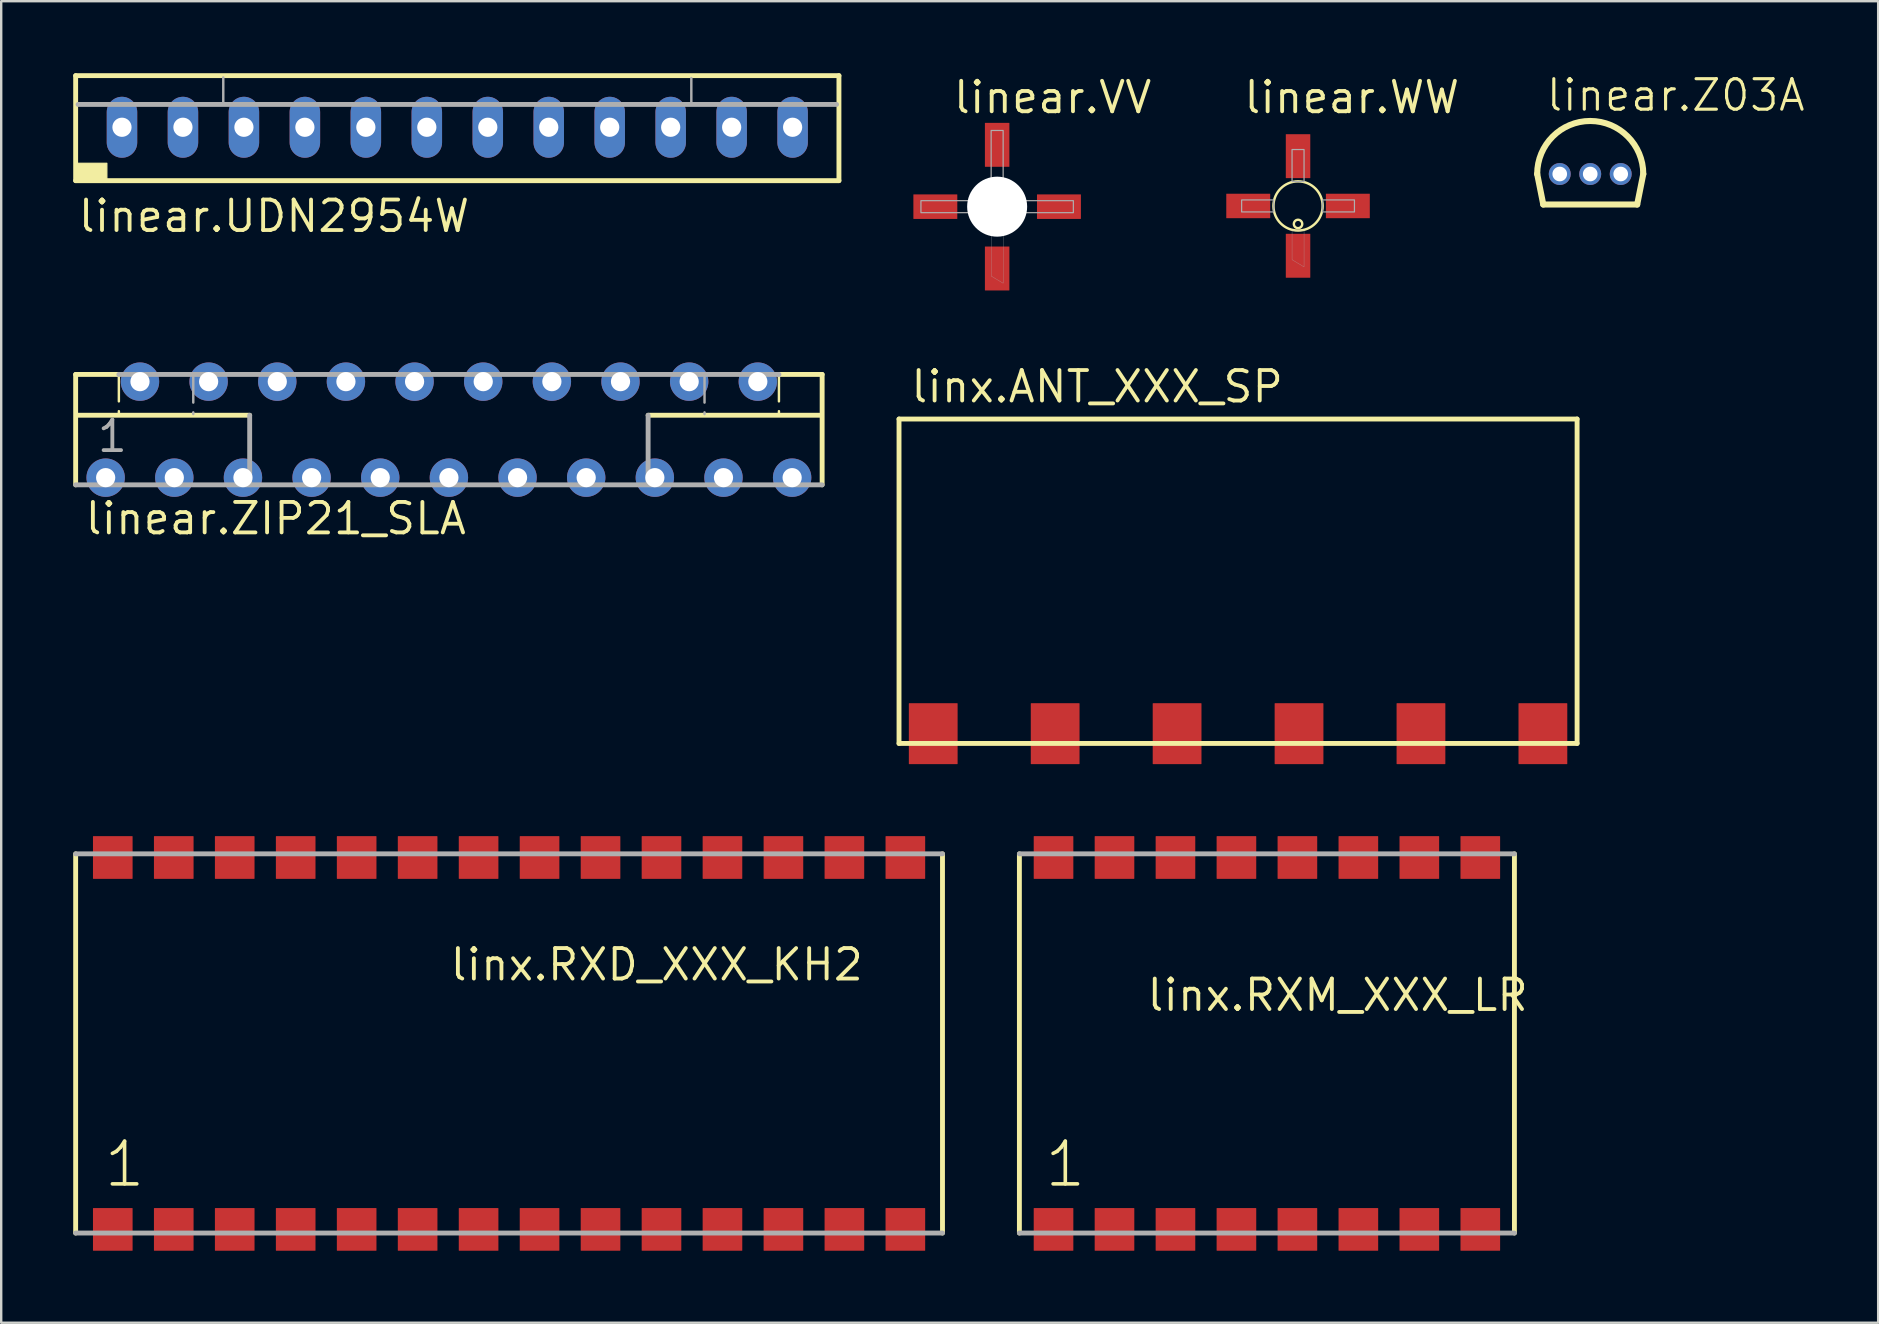
<source format=kicad_pcb>
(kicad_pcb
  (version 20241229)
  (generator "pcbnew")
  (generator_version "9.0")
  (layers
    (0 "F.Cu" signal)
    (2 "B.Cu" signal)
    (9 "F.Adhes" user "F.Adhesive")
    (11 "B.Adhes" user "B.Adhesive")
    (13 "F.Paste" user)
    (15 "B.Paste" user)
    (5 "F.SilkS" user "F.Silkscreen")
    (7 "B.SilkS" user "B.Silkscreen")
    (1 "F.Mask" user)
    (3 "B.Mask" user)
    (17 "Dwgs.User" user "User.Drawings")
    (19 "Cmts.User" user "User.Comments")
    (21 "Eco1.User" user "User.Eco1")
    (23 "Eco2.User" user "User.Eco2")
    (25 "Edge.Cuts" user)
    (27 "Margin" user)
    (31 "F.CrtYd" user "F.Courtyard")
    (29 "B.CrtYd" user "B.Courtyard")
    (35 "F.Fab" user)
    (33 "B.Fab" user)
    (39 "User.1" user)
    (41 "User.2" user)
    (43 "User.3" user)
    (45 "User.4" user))
  (footprint "linear.UDN2954W"
    (layer "F.Cu")
    (at 16.002 2.252)
    (property "Reference" "linear.UDN2954W" (at -15.875 4.445 0) (layer "F.SilkS") (effects (font (size 1.27 1.27) (thickness 0.16)) (justify left bottom)))
    (attr through_hole)
    (fp_line (start -15.9 -2.15) (end 15.9 -2.15) (stroke (width 0.203) (type default)) (layer "F.SilkS"))
    (fp_line (start -15.9 2.225) (end -15.9 -2.15) (stroke (width 0.203) (type default)) (layer "F.SilkS"))
    (fp_line (start 15.9 -2.15) (end 15.9 2.225) (stroke (width 0.203) (type default)) (layer "F.SilkS"))
    (fp_line (start 15.9 2.225) (end -15.9 2.225) (stroke (width 0.203) (type default)) (layer "F.SilkS"))
    (fp_rect (start -15.875 2.2) (end -14.6 1.5) (stroke (width 0.05) (type default)) (fill yes) (layer "F.SilkS"))
    (fp_line (start -15.8 -0.95) (end 15.8 -0.95) (stroke (width 0.203) (type default)) (layer "F.Fab"))
    (fp_line (start -9.75 -1.025) (end -9.75 -2.075) (stroke (width 0.102) (type default)) (layer "F.Fab"))
    (fp_line (start 9.75 -1.025) (end 9.75 -2.05) (stroke (width 0.102) (type default)) (layer "F.Fab"))
    (pad "1" thru_hole oval (at -13.97 0 90) (size 2.54 1.27) (drill 0.8) (layers "*.Cu" "*.Mask"))
    (pad "2" thru_hole oval (at -11.43 0 90) (size 2.54 1.27) (drill 0.8) (layers "*.Cu" "*.Mask"))
    (pad "3" thru_hole oval (at -8.89 0 90) (size 2.54 1.27) (drill 0.8) (layers "*.Cu" "*.Mask"))
    (pad "4" thru_hole oval (at -6.35 0 90) (size 2.54 1.27) (drill 0.8) (layers "*.Cu" "*.Mask"))
    (pad "5" thru_hole oval (at -3.81 0 90) (size 2.54 1.27) (drill 0.8) (layers "*.Cu" "*.Mask"))
    (pad "6" thru_hole oval (at -1.27 0 90) (size 2.54 1.27) (drill 0.8) (layers "*.Cu" "*.Mask"))
    (pad "7" thru_hole oval (at 1.27 0 90) (size 2.54 1.27) (drill 0.8) (layers "*.Cu" "*.Mask"))
    (pad "8" thru_hole oval (at 3.81 0 90) (size 2.54 1.27) (drill 0.8) (layers "*.Cu" "*.Mask"))
    (pad "9" thru_hole oval (at 6.35 0 90) (size 2.54 1.27) (drill 0.8) (layers "*.Cu" "*.Mask"))
    (pad "10" thru_hole oval (at 8.89 0 90) (size 2.54 1.27) (drill 0.8) (layers "*.Cu" "*.Mask"))
    (pad "11" thru_hole oval (at 11.43 0 90) (size 2.54 1.27) (drill 0.8) (layers "*.Cu" "*.Mask"))
    (pad "12" thru_hole oval (at 13.97 0 90) (size 2.54 1.27) (drill 0.8) (layers "*.Cu" "*.Mask")))
  (footprint "linear.ZIP21_SLA"
    (layer "F.Cu")
    (at 15.652 14.85)
    (property "Reference" "linear.ZIP21_SLA" (at -15.24 4.445 0) (layer "F.SilkS") (effects (font (size 1.27 1.27) (thickness 0.16)) (justify left bottom)))
    (attr through_hole)
    (fp_line (start -15.55 -2.3) (end -13.75 -2.3) (stroke (width 0.203) (type default)) (layer "F.SilkS"))
    (fp_line (start -15.55 2.3) (end -15.55 -2.3) (stroke (width 0.203) (type default)) (layer "F.SilkS"))
    (fp_line (start -15.5 -0.6) (end -8.3 -0.6) (stroke (width 0.203) (type default)) (layer "F.SilkS"))
    (fp_line (start -13.75 -2.3) (end -13.75 -0.65) (stroke (width 0.102) (type dash)) (layer "F.SilkS"))
    (fp_line (start 13.75 -2.3) (end 13.75 -0.65) (stroke (width 0.102) (type dash)) (layer "F.SilkS"))
    (fp_line (start 13.75 -2.3) (end 15.55 -2.3) (stroke (width 0.203) (type default)) (layer "F.SilkS"))
    (fp_line (start 15.45 -0.6) (end 8.3 -0.6) (stroke (width 0.203) (type default)) (layer "F.SilkS"))
    (fp_line (start 15.55 -2.3) (end 15.55 2.3) (stroke (width 0.203) (type default)) (layer "F.SilkS"))
    (fp_line (start -13.75 -2.3) (end 13.75 -2.3) (stroke (width 0.203) (type default)) (layer "F.Fab"))
    (fp_line (start -10.65 -2.25) (end -10.65 -0.65) (stroke (width 0.102) (type dash)) (layer "F.Fab"))
    (fp_line (start -8.3 -0.6) (end -8.3 2.2) (stroke (width 0.203) (type default)) (layer "F.Fab"))
    (fp_line (start 8.3 -0.6) (end 8.3 2.2) (stroke (width 0.203) (type default)) (layer "F.Fab"))
    (fp_line (start 10.65 -2.25) (end 10.65 -0.65) (stroke (width 0.102) (type dash)) (layer "F.Fab"))
    (fp_line (start 15.55 2.3) (end -15.55 2.3) (stroke (width 0.203) (type default)) (layer "F.Fab"))
    (fp_text user "1" (at -14.732 1.016 0) (layer "F.Fab") (effects (font (size 1.27 1.27) (thickness 0.16)) (justify left bottom)))
    (pad "1" thru_hole circle (at -14.3 2) (size 1.6 1.6) (drill 0.8) (layers "*.Cu" "*.Mask"))
    (pad "2" thru_hole circle (at -12.87 -2) (size 1.6 1.6) (drill 0.8) (layers "*.Cu" "*.Mask"))
    (pad "3" thru_hole circle (at -11.44 2) (size 1.6 1.6) (drill 0.8) (layers "*.Cu" "*.Mask"))
    (pad "4" thru_hole circle (at -10.01 -2) (size 1.6 1.6) (drill 0.8) (layers "*.Cu" "*.Mask"))
    (pad "5" thru_hole circle (at -8.58 2) (size 1.6 1.6) (drill 0.8) (layers "*.Cu" "*.Mask"))
    (pad "6" thru_hole circle (at -7.15 -2) (size 1.6 1.6) (drill 0.8) (layers "*.Cu" "*.Mask"))
    (pad "7" thru_hole circle (at -5.72 2) (size 1.6 1.6) (drill 0.8) (layers "*.Cu" "*.Mask"))
    (pad "8" thru_hole circle (at -4.29 -2) (size 1.6 1.6) (drill 0.8) (layers "*.Cu" "*.Mask"))
    (pad "9" thru_hole circle (at -2.86 2) (size 1.6 1.6) (drill 0.8) (layers "*.Cu" "*.Mask"))
    (pad "10" thru_hole circle (at -1.43 -2) (size 1.6 1.6) (drill 0.8) (layers "*.Cu" "*.Mask"))
    (pad "11" thru_hole circle (at 0 2) (size 1.6 1.6) (drill 0.8) (layers "*.Cu" "*.Mask"))
    (pad "12" thru_hole circle (at 1.43 -2) (size 1.6 1.6) (drill 0.8) (layers "*.Cu" "*.Mask"))
    (pad "13" thru_hole circle (at 2.86 2) (size 1.6 1.6) (drill 0.8) (layers "*.Cu" "*.Mask"))
    (pad "14" thru_hole circle (at 4.29 -2) (size 1.6 1.6) (drill 0.8) (layers "*.Cu" "*.Mask"))
    (pad "15" thru_hole circle (at 5.72 2) (size 1.6 1.6) (drill 0.8) (layers "*.Cu" "*.Mask"))
    (pad "16" thru_hole circle (at 7.15 -2) (size 1.6 1.6) (drill 0.8) (layers "*.Cu" "*.Mask"))
    (pad "17" thru_hole circle (at 8.58 2) (size 1.6 1.6) (drill 0.8) (layers "*.Cu" "*.Mask"))
    (pad "18" thru_hole circle (at 10.01 -2) (size 1.6 1.6) (drill 0.8) (layers "*.Cu" "*.Mask"))
    (pad "19" thru_hole circle (at 11.44 2) (size 1.6 1.6) (drill 0.8) (layers "*.Cu" "*.Mask"))
    (pad "20" thru_hole circle (at 12.87 -2) (size 1.6 1.6) (drill 0.8) (layers "*.Cu" "*.Mask"))
    (pad "21" thru_hole circle (at 14.3 2) (size 1.6 1.6) (drill 0.8) (layers "*.Cu" "*.Mask")))
  (footprint "linear.VV"
    (layer "F.Cu")
    (at 38.493 5.56)
    (property "Reference" "linear.VV" (at -1.905 -3.81 0) (layer "F.SilkS") (effects (font (size 1.27 1.27) (thickness 0.16)) (justify left bottom)))
    (attr smd)
    (fp_circle (center 0 0) (end 1.025 0) (stroke (width 0.102) (type default)) (fill no) (layer "F.SilkS"))
    (fp_circle (center 0 0.75) (end 0.175 0.75) (stroke (width 0.1) (type default)) (fill no) (layer "F.SilkS"))
    (fp_rect (start -3.175 0.25) (end -1.015 -0.25) (stroke (width 0.05) (type default)) (fill no) (layer "F.Fab"))
    (fp_rect (start -0.25 -1.015) (end 0.25 -3.175) (stroke (width 0.05) (type default)) (fill no) (layer "F.Fab"))
    (fp_rect (start 1.015 0.25) (end 3.175 -0.25) (stroke (width 0.05) (type default)) (fill no) (layer "F.Fab"))
    (fp_poly (pts (xy 0.25 1.04) (xy 0.25 3.19) (xy -0.25 2.89) (xy -0.25 1.04)) (stroke (width 0.01) (type default)) (fill no) (layer "F.Fab"))
    (pad "" np_thru_hole circle (at 0 0) (size 2.5 2.5) (drill 2.5) (layers "*.Cu" "*.Mask"))
    (pad "1" smd roundrect (at 0 2.575 90) (size 1.83 1.02) (layers "F.Cu" "F.Mask" "F.Paste") (roundrect_rratio 0.01))
    (pad "2" smd roundrect (at 2.575 0 180) (size 1.83 1.02) (layers "F.Cu" "F.Mask" "F.Paste") (roundrect_rratio 0.01))
    (pad "3" smd roundrect (at 0 -2.575 90) (size 1.83 1.02) (layers "F.Cu" "F.Mask" "F.Paste") (roundrect_rratio 0.01))
    (pad "4" smd roundrect (at -2.575 0 180) (size 1.83 1.02) (layers "F.Cu" "F.Mask" "F.Paste") (roundrect_rratio 0.01)))
  (footprint "linear.Z03A"
    (layer "F.Cu")
    (at 63.202 4.2)
    (property "Reference" "linear.Z03A" (at -1.905 -2.54 0) (layer "F.SilkS") (effects (font (size 1.27 1.27) (thickness 0.13)) (justify left bottom)))
    (attr through_hole)
    (fp_line (start -2.21 0) (end -1.956 1.27) (stroke (width 0.254) (type default)) (layer "F.SilkS"))
    (fp_line (start -1.956 1.27) (end 1.956 1.27) (stroke (width 0.254) (type default)) (layer "F.SilkS"))
    (fp_line (start 1.956 1.27) (end 2.21 0) (stroke (width 0.254) (type default)) (layer "F.SilkS"))
    (fp_arc (start -2.2098 0) (mid 0 -2.2098) (end 2.2098 0) (stroke (width 0.254) (type default)) (layer "F.SilkS"))
    (pad "1" thru_hole circle (at -1.27 0) (size 0.914 0.914) (drill 0.61) (layers "*.Cu" "*.Mask"))
    (pad "2" thru_hole circle (at 0 0) (size 0.914 0.914) (drill 0.61) (layers "*.Cu" "*.Mask"))
    (pad "3" thru_hole circle (at 1.27 0) (size 0.914 0.914) (drill 0.61) (layers "*.Cu" "*.Mask")))
  (footprint "linx.RXD_XXX_KH2"
    (layer "F.Cu")
    (at 18.159 40.422)
    (property "Reference" "linx.RXD_XXX_KH2" (at -2.54 -2.54 0) (layer "F.SilkS") (effects (font (size 1.27 1.27) (thickness 0.16)) (justify left bottom)))
    (attr smd)
    (fp_line (start -18.057 -7.899) (end -18.057 7.899) (stroke (width 0.203) (type default)) (layer "F.SilkS"))
    (fp_line (start 18.057 7.899) (end 18.057 -7.899) (stroke (width 0.203) (type default)) (layer "F.SilkS"))
    (fp_line (start -18.057 7.899) (end 18.057 7.899) (stroke (width 0.203) (type default)) (layer "F.Fab"))
    (fp_line (start 18.057 -7.899) (end -18.057 -7.899) (stroke (width 0.203) (type default)) (layer "F.Fab"))
    (fp_text user "1" (at -16.965 6.075 0) (layer "F.SilkS") (effects (font (size 1.778 1.778) (thickness 0.15)) (justify left bottom)))
    (pad "1" smd roundrect (at -16.51 7.747) (size 1.651 1.778) (layers "F.Cu" "F.Mask" "F.Paste") (roundrect_rratio 0.01))
    (pad "2" smd roundrect (at -13.97 7.747) (size 1.651 1.778) (layers "F.Cu" "F.Mask" "F.Paste") (roundrect_rratio 0.01))
    (pad "3" smd roundrect (at -11.43 7.747) (size 1.651 1.778) (layers "F.Cu" "F.Mask" "F.Paste") (roundrect_rratio 0.01))
    (pad "4" smd roundrect (at -8.89 7.747) (size 1.651 1.778) (layers "F.Cu" "F.Mask" "F.Paste") (roundrect_rratio 0.01))
    (pad "5" smd roundrect (at -6.35 7.747) (size 1.651 1.778) (layers "F.Cu" "F.Mask" "F.Paste") (roundrect_rratio 0.01))
    (pad "6" smd roundrect (at -3.81 7.747) (size 1.651 1.778) (layers "F.Cu" "F.Mask" "F.Paste") (roundrect_rratio 0.01))
    (pad "7" smd roundrect (at -1.27 7.747) (size 1.651 1.778) (layers "F.Cu" "F.Mask" "F.Paste") (roundrect_rratio 0.01))
    (pad "8" smd roundrect (at 1.27 7.747) (size 1.651 1.778) (layers "F.Cu" "F.Mask" "F.Paste") (roundrect_rratio 0.01))
    (pad "9" smd roundrect (at 3.81 7.747) (size 1.651 1.778) (layers "F.Cu" "F.Mask" "F.Paste") (roundrect_rratio 0.01))
    (pad "10" smd roundrect (at 6.35 7.747) (size 1.651 1.778) (layers "F.Cu" "F.Mask" "F.Paste") (roundrect_rratio 0.01))
    (pad "11" smd roundrect (at 8.89 7.747) (size 1.651 1.778) (layers "F.Cu" "F.Mask" "F.Paste") (roundrect_rratio 0.01))
    (pad "12" smd roundrect (at 11.43 7.747) (size 1.651 1.778) (layers "F.Cu" "F.Mask" "F.Paste") (roundrect_rratio 0.01))
    (pad "13" smd roundrect (at 13.97 7.747) (size 1.651 1.778) (layers "F.Cu" "F.Mask" "F.Paste") (roundrect_rratio 0.01))
    (pad "14" smd roundrect (at 16.51 7.747) (size 1.651 1.778) (layers "F.Cu" "F.Mask" "F.Paste") (roundrect_rratio 0.01))
    (pad "15" smd roundrect (at 16.51 -7.747 180) (size 1.651 1.778) (layers "F.Cu" "F.Mask" "F.Paste") (roundrect_rratio 0.01))
    (pad "16" smd roundrect (at 13.97 -7.747 180) (size 1.651 1.778) (layers "F.Cu" "F.Mask" "F.Paste") (roundrect_rratio 0.01))
    (pad "17" smd roundrect (at 11.43 -7.747 180) (size 1.651 1.778) (layers "F.Cu" "F.Mask" "F.Paste") (roundrect_rratio 0.01))
    (pad "18" smd roundrect (at 8.89 -7.747 180) (size 1.651 1.778) (layers "F.Cu" "F.Mask" "F.Paste") (roundrect_rratio 0.01))
    (pad "19" smd roundrect (at 6.35 -7.747 180) (size 1.651 1.778) (layers "F.Cu" "F.Mask" "F.Paste") (roundrect_rratio 0.01))
    (pad "20" smd roundrect (at 3.81 -7.747 180) (size 1.651 1.778) (layers "F.Cu" "F.Mask" "F.Paste") (roundrect_rratio 0.01))
    (pad "21" smd roundrect (at 1.27 -7.747 180) (size 1.651 1.778) (layers "F.Cu" "F.Mask" "F.Paste") (roundrect_rratio 0.01))
    (pad "22" smd roundrect (at -1.27 -7.747 180) (size 1.651 1.778) (layers "F.Cu" "F.Mask" "F.Paste") (roundrect_rratio 0.01))
    (pad "23" smd roundrect (at -3.81 -7.747 180) (size 1.651 1.778) (layers "F.Cu" "F.Mask" "F.Paste") (roundrect_rratio 0.01))
    (pad "24" smd roundrect (at -6.35 -7.747 180) (size 1.651 1.778) (layers "F.Cu" "F.Mask" "F.Paste") (roundrect_rratio 0.01))
    (pad "25" smd roundrect (at -8.89 -7.747 180) (size 1.651 1.778) (layers "F.Cu" "F.Mask" "F.Paste") (roundrect_rratio 0.01))
    (pad "26" smd roundrect (at -11.43 -7.747 180) (size 1.651 1.778) (layers "F.Cu" "F.Mask" "F.Paste") (roundrect_rratio 0.01))
    (pad "27" smd roundrect (at -13.97 -7.747 180) (size 1.651 1.778) (layers "F.Cu" "F.Mask" "F.Paste") (roundrect_rratio 0.01))
    (pad "28" smd roundrect (at -16.51 -7.747 180) (size 1.651 1.778) (layers "F.Cu" "F.Mask" "F.Paste") (roundrect_rratio 0.01)))
  (footprint "linx.RXM_XXX_LR"
    (layer "F.Cu")
    (at 49.732 40.422)
    (property "Reference" "linx.RXM_XXX_LR" (at -5.08 -1.27 0) (layer "F.SilkS") (effects (font (size 1.27 1.27) (thickness 0.16)) (justify left bottom)))
    (attr smd)
    (fp_line (start -10.312 -7.899) (end -10.312 7.899) (stroke (width 0.203) (type default)) (layer "F.SilkS"))
    (fp_line (start 10.312 7.899) (end 10.312 -7.899) (stroke (width 0.203) (type default)) (layer "F.SilkS"))
    (fp_line (start -10.312 7.899) (end 10.312 7.899) (stroke (width 0.203) (type default)) (layer "F.Fab"))
    (fp_line (start 10.312 -7.899) (end -10.312 -7.899) (stroke (width 0.203) (type default)) (layer "F.Fab"))
    (fp_text user "1" (at -9.345 6.075 0) (layer "F.SilkS") (effects (font (size 1.778 1.778) (thickness 0.15)) (justify left bottom)))
    (pad "1" smd roundrect (at -8.89 7.747) (size 1.651 1.778) (layers "F.Cu" "F.Mask" "F.Paste") (roundrect_rratio 0.01))
    (pad "2" smd roundrect (at -6.35 7.747) (size 1.651 1.778) (layers "F.Cu" "F.Mask" "F.Paste") (roundrect_rratio 0.01))
    (pad "3" smd roundrect (at -3.81 7.747) (size 1.651 1.778) (layers "F.Cu" "F.Mask" "F.Paste") (roundrect_rratio 0.01))
    (pad "4" smd roundrect (at -1.27 7.747) (size 1.651 1.778) (layers "F.Cu" "F.Mask" "F.Paste") (roundrect_rratio 0.01))
    (pad "5" smd roundrect (at 1.27 7.747) (size 1.651 1.778) (layers "F.Cu" "F.Mask" "F.Paste") (roundrect_rratio 0.01))
    (pad "6" smd roundrect (at 3.81 7.747) (size 1.651 1.778) (layers "F.Cu" "F.Mask" "F.Paste") (roundrect_rratio 0.01))
    (pad "7" smd roundrect (at 6.35 7.747) (size 1.651 1.778) (layers "F.Cu" "F.Mask" "F.Paste") (roundrect_rratio 0.01))
    (pad "8" smd roundrect (at 8.89 7.747) (size 1.651 1.778) (layers "F.Cu" "F.Mask" "F.Paste") (roundrect_rratio 0.01))
    (pad "9" smd roundrect (at 8.89 -7.747 180) (size 1.651 1.778) (layers "F.Cu" "F.Mask" "F.Paste") (roundrect_rratio 0.01))
    (pad "10" smd roundrect (at 6.35 -7.747 180) (size 1.651 1.778) (layers "F.Cu" "F.Mask" "F.Paste") (roundrect_rratio 0.01))
    (pad "11" smd roundrect (at 3.81 -7.747 180) (size 1.651 1.778) (layers "F.Cu" "F.Mask" "F.Paste") (roundrect_rratio 0.01))
    (pad "12" smd roundrect (at 1.27 -7.747 180) (size 1.651 1.778) (layers "F.Cu" "F.Mask" "F.Paste") (roundrect_rratio 0.01))
    (pad "13" smd roundrect (at -1.27 -7.747 180) (size 1.651 1.778) (layers "F.Cu" "F.Mask" "F.Paste") (roundrect_rratio 0.01))
    (pad "14" smd roundrect (at -3.81 -7.747 180) (size 1.651 1.778) (layers "F.Cu" "F.Mask" "F.Paste") (roundrect_rratio 0.01))
    (pad "15" smd roundrect (at -6.35 -7.747 180) (size 1.651 1.778) (layers "F.Cu" "F.Mask" "F.Paste") (roundrect_rratio 0.01))
    (pad "16" smd roundrect (at -8.89 -7.747 180) (size 1.651 1.778) (layers "F.Cu" "F.Mask" "F.Paste") (roundrect_rratio 0.01)))
  (footprint "linear.WW"
    (layer "F.Cu")
    (at 51.029 5.53)
    (property "Reference" "linear.WW" (at -2.34 -3.78 0) (layer "F.SilkS") (effects (font (size 1.27 1.27) (thickness 0.16)) (justify left bottom)))
    (attr smd)
    (fp_circle (center 0 0) (end 1.025 0) (stroke (width 0.102) (type default)) (fill no) (layer "F.SilkS"))
    (fp_circle (center 0 0.75) (end 0.175 0.75) (stroke (width 0.1) (type default)) (fill no) (layer "F.SilkS"))
    (fp_rect (start -2.35 0.25) (end -1.015 -0.25) (stroke (width 0.05) (type default)) (fill no) (layer "F.Fab"))
    (fp_rect (start -0.25 -1.015) (end 0.25 -2.35) (stroke (width 0.05) (type default)) (fill no) (layer "F.Fab"))
    (fp_rect (start 1.015 0.25) (end 2.35 -0.25) (stroke (width 0.05) (type default)) (fill no) (layer "F.Fab"))
    (fp_poly (pts (xy 0.25 1.04) (xy 0.25 2.54) (xy -0.25 2.24) (xy -0.25 1.04)) (stroke (width 0.01) (type default)) (fill no) (layer "F.Fab"))
    (pad "1" smd roundrect (at 0 2.075 90) (size 1.83 1.02) (layers "F.Cu" "F.Mask" "F.Paste") (roundrect_rratio 0.01))
    (pad "2" smd roundrect (at 2.075 0 180) (size 1.83 1.02) (layers "F.Cu" "F.Mask" "F.Paste") (roundrect_rratio 0.01))
    (pad "3" smd roundrect (at 0 -2.075 90) (size 1.83 1.02) (layers "F.Cu" "F.Mask" "F.Paste") (roundrect_rratio 0.01))
    (pad "4" smd roundrect (at -2.075 0 180) (size 1.83 1.02) (layers "F.Cu" "F.Mask" "F.Paste") (roundrect_rratio 0.01)))
  (footprint "linx.ANT_XXX_SP"
    (layer "F.Cu")
    (at 48.53 27.516)
    (property "Reference" "linx.ANT_XXX_SP" (at -13.716 -13.716 0) (layer "F.SilkS") (effects (font (size 1.27 1.27) (thickness 0.16)) (justify left bottom)))
    (attr smd)
    (fp_line (start -14.125 -13.108) (end 14.125 -13.108) (stroke (width 0.203) (type default)) (layer "F.SilkS"))
    (fp_line (start -14.125 0.408) (end -14.125 -13.108) (stroke (width 0.203) (type default)) (layer "F.SilkS"))
    (fp_line (start 14.125 -13.108) (end 14.125 0.408) (stroke (width 0.203) (type default)) (layer "F.SilkS"))
    (fp_line (start 14.125 0.408) (end -14.125 0.408) (stroke (width 0.203) (type default)) (layer "F.SilkS"))
    (pad "1" smd roundrect (at -12.7 0) (size 2.032 2.54) (layers "F.Cu" "F.Mask" "F.Paste") (roundrect_rratio 0.01))
    (pad "2" smd roundrect (at -7.62 0) (size 2.032 2.54) (layers "F.Cu" "F.Mask" "F.Paste") (roundrect_rratio 0.01))
    (pad "3" smd roundrect (at -2.54 0) (size 2.032 2.54) (layers "F.Cu" "F.Mask" "F.Paste") (roundrect_rratio 0.01))
    (pad "4" smd roundrect (at 2.54 0) (size 2.032 2.54) (layers "F.Cu" "F.Mask" "F.Paste") (roundrect_rratio 0.01))
    (pad "5" smd roundrect (at 7.62 0) (size 2.032 2.54) (layers "F.Cu" "F.Mask" "F.Paste") (roundrect_rratio 0.01))
    (pad "6" smd roundrect (at 12.7 0) (size 2.032 2.54) (layers "F.Cu" "F.Mask" "F.Paste") (roundrect_rratio 0.01)))
  (gr_rect
    (start -3 -3)
    (end 75.198 52.058)
    (stroke (width 0.1) (type default))
    (fill no)
    (layer "Edge.Cuts")))
</source>
